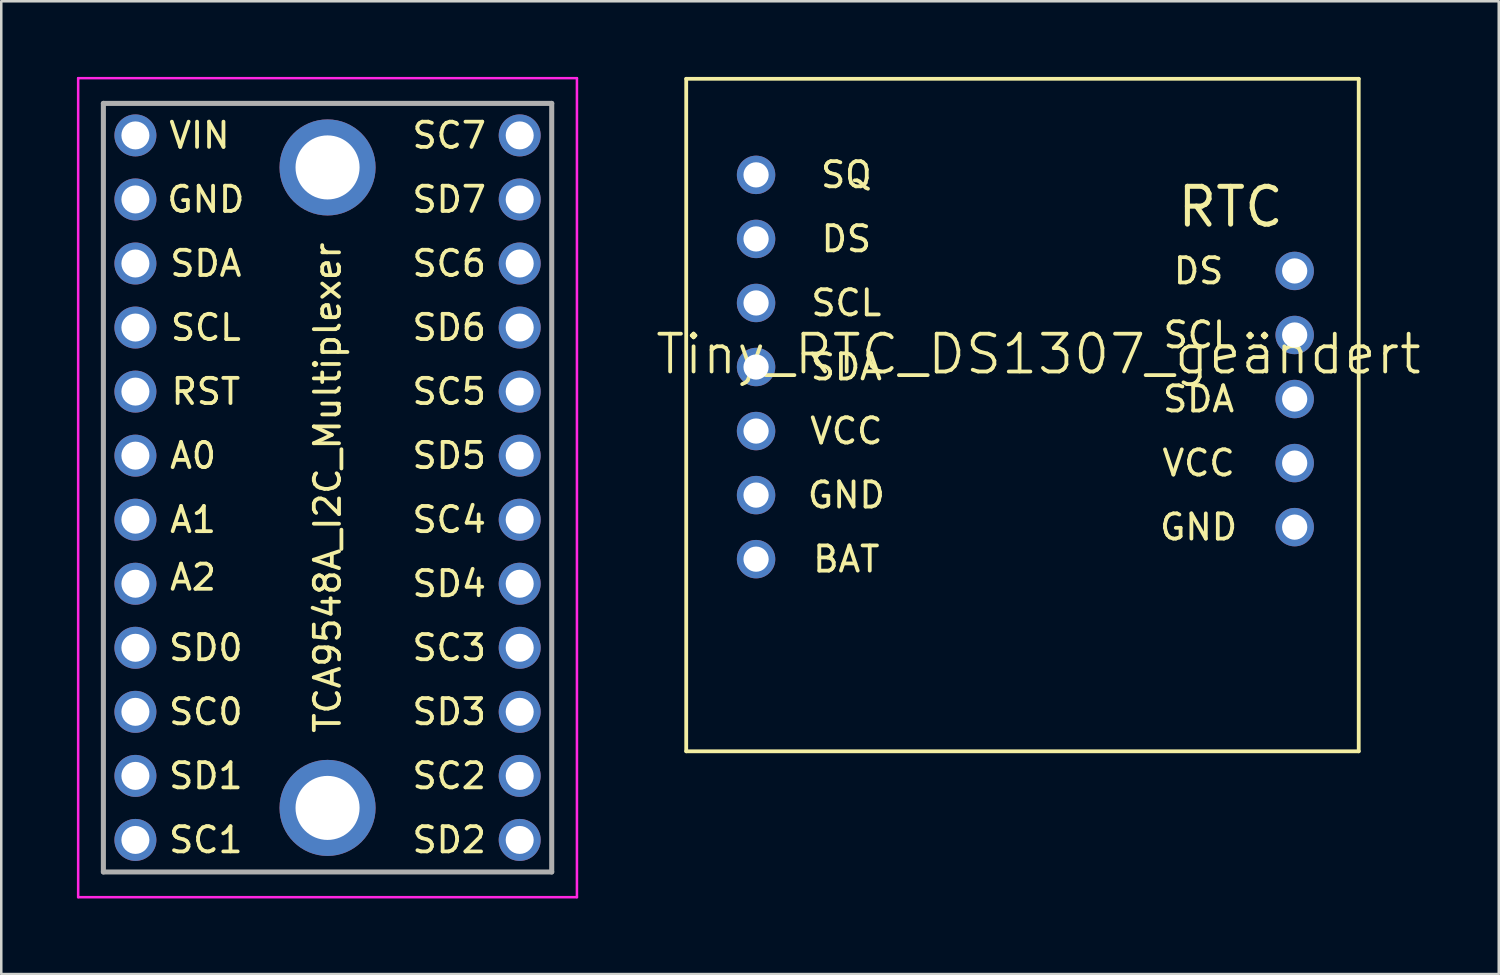
<source format=kicad_pcb>
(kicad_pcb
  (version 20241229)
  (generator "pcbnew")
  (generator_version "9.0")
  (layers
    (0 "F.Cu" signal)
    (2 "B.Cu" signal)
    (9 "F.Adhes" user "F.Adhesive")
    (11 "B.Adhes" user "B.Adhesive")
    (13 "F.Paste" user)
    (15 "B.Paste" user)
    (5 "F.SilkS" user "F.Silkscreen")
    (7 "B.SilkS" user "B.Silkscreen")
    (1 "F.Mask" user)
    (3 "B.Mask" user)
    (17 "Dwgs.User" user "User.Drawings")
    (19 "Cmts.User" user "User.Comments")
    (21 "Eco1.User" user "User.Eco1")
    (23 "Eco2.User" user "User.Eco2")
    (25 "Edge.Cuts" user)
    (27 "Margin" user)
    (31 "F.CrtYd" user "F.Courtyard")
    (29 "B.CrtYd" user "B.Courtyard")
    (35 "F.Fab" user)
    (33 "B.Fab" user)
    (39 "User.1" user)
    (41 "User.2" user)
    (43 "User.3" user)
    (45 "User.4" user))
  (footprint "Tiny_RTC_DS1307_geändert"
    (layer "F.Cu")
    (at 38.134 15.315)
    (property "Reference" "Tiny_RTC_DS1307_geändert" (at 0 -4.318 0) (layer "F.SilkS") (effects (font (size 1.5 1.5) (thickness 0.15))))
    (fp_line (start -13.97 -15.24) (end 12.7 -15.24) (stroke (width 0.15) (type solid)) (layer "F.SilkS"))
    (fp_line (start -13.97 11.43) (end -13.97 -15.24) (stroke (width 0.15) (type solid)) (layer "F.SilkS"))
    (fp_line (start 12.7 -15.24) (end 12.7 11.43) (stroke (width 0.15) (type solid)) (layer "F.SilkS"))
    (fp_line (start 12.7 11.43) (end -13.97 11.43) (stroke (width 0.15) (type solid)) (layer "F.SilkS"))
    (fp_text user "RTC" (at 7.62 -10.16 0) (layer "F.SilkS") (effects (font (size 1.5 1.5) (thickness 0.2))))
    (fp_text user "SQ" (at -7.62 -11.43 0) (layer "F.SilkS") (effects (font (size 1 1) (thickness 0.15))))
    (fp_text user "VCC" (at 6.35 0 0) (layer "F.SilkS") (effects (font (size 1 1) (thickness 0.15))))
    (fp_text user "BAT" (at -7.62 3.81 0) (layer "F.SilkS") (effects (font (size 1 1) (thickness 0.15))))
    (fp_text user "GND" (at 6.35 2.54 0) (layer "F.SilkS") (effects (font (size 1 1) (thickness 0.15))))
    (fp_text user "GND" (at -7.62 1.27 0) (layer "F.SilkS") (effects (font (size 1 1) (thickness 0.15))))
    (fp_text user "VCC" (at -7.62 -1.27 0) (layer "F.SilkS") (effects (font (size 1 1) (thickness 0.15))))
    (fp_text user "SDA" (at -7.62 -3.81 0) (layer "F.SilkS") (effects (font (size 1 1) (thickness 0.15))))
    (fp_text user "SDA" (at 6.35 -2.54 0) (layer "F.SilkS") (effects (font (size 1 1) (thickness 0.15))))
    (fp_text user "SCL" (at -7.62 -6.35 0) (layer "F.SilkS") (effects (font (size 1 1) (thickness 0.15))))
    (fp_text user "SCL" (at 6.35 -5.08 0) (layer "F.SilkS") (effects (font (size 1 1) (thickness 0.15))))
    (fp_text user "DS" (at 6.35 -7.62 0) (layer "F.SilkS") (effects (font (size 1 1) (thickness 0.15))))
    (fp_text user "DS" (at -7.62 -8.89 0) (layer "F.SilkS") (effects (font (size 1 1) (thickness 0.15))))
    (pad "1" thru_hole circle (at -11.2 3.81) (size 1.524 1.524) (drill 1) (layers "*.Cu" "*.Mask"))
    (pad "2" thru_hole circle (at -11.2 1.27) (size 1.524 1.524) (drill 1) (layers "*.Cu" "*.Mask"))
    (pad "3" thru_hole circle (at -11.2 -1.27) (size 1.524 1.524) (drill 1) (layers "*.Cu" "*.Mask"))
    (pad "4" thru_hole circle (at -11.2 -3.81) (size 1.524 1.524) (drill 1) (layers "*.Cu" "*.Mask"))
    (pad "5" thru_hole circle (at -11.2 -6.35) (size 1.524 1.524) (drill 1) (layers "*.Cu" "*.Mask"))
    (pad "6" thru_hole circle (at -11.2 -8.89) (size 1.524 1.524) (drill 1) (layers "*.Cu" "*.Mask"))
    (pad "7" thru_hole circle (at -11.2 -11.43) (size 1.524 1.524) (drill 1) (layers "*.Cu" "*.Mask"))
    (pad "8" thru_hole circle (at 10.16 2.54) (size 1.524 1.524) (drill 1) (layers "*.Cu" "*.Mask"))
    (pad "9" thru_hole circle (at 10.16 0) (size 1.524 1.524) (drill 1) (layers "*.Cu" "*.Mask"))
    (pad "10" thru_hole circle (at 10.16 -2.54) (size 1.524 1.524) (drill 1) (layers "*.Cu" "*.Mask"))
    (pad "11" thru_hole circle (at 10.16 -5.08) (size 1.524 1.524) (drill 1) (layers "*.Cu" "*.Mask"))
    (pad "12" thru_hole circle (at 10.16 -7.62) (size 1.524 1.524) (drill 1) (layers "*.Cu" "*.Mask")))
  (footprint "TCA9548A_I2C_Multiplexer"
    (layer "F.Cu")
    (at 9.94 16.29)
    (property "Reference" "TCA9548A_I2C_Multiplexer" (at 0 0 90) (layer "F.SilkS") (effects (font (size 1 1) (thickness 0.15))))
    (fp_line (start -8.89 -15.24) (end 8.89 -15.24) (stroke (width 0.1) (type solid)) (layer "F.SilkS"))
    (fp_line (start -8.89 15.24) (end -8.89 -15.24) (stroke (width 0.1) (type solid)) (layer "F.SilkS"))
    (fp_line (start 8.89 -15.24) (end 8.89 15.24) (stroke (width 0.1) (type solid)) (layer "F.SilkS"))
    (fp_line (start 8.89 15.24) (end -8.89 15.24) (stroke (width 0.1) (type solid)) (layer "F.SilkS"))
    (fp_line (start -9.89 -16.24) (end 9.89 -16.24) (stroke (width 0.1) (type solid)) (layer "F.CrtYd"))
    (fp_line (start -9.89 16.24) (end -9.89 -16.24) (stroke (width 0.1) (type solid)) (layer "F.CrtYd"))
    (fp_line (start 9.89 -16.24) (end 9.89 16.24) (stroke (width 0.1) (type solid)) (layer "F.CrtYd"))
    (fp_line (start 9.89 16.24) (end -9.89 16.24) (stroke (width 0.1) (type solid)) (layer "F.CrtYd"))
    (fp_line (start -8.89 -15.24) (end 8.89 -15.24) (stroke (width 0.2) (type solid)) (layer "F.Fab"))
    (fp_line (start -8.89 15.24) (end -8.89 -15.24) (stroke (width 0.2) (type solid)) (layer "F.Fab"))
    (fp_line (start 8.89 -15.24) (end 8.89 15.24) (stroke (width 0.2) (type solid)) (layer "F.Fab"))
    (fp_line (start 8.89 15.24) (end -8.89 15.24) (stroke (width 0.2) (type solid)) (layer "F.Fab"))
    (fp_text user "SDA" (at -4.826 -8.89 0) (layer "F.SilkS") (effects (font (size 1 1) (thickness 0.15))))
    (fp_text user "SD5" (at 4.826 -1.27 0) (layer "F.SilkS") (effects (font (size 1 1) (thickness 0.15))))
    (fp_text user "SCL" (at -4.826 -6.35 0) (layer "F.SilkS") (effects (font (size 1 1) (thickness 0.15))))
    (fp_text user "A0" (at -5.334 -1.27 0) (layer "F.SilkS") (effects (font (size 1 1) (thickness 0.15))))
    (fp_text user "SD7" (at 4.826 -11.43 0) (layer "F.SilkS") (effects (font (size 1 1) (thickness 0.15))))
    (fp_text user "SC6" (at 4.826 -8.89 0) (layer "F.SilkS") (effects (font (size 1 1) (thickness 0.15))))
    (fp_text user "VIN" (at -5.08 -13.97 0) (layer "F.SilkS") (effects (font (size 1 1) (thickness 0.15))))
    (fp_text user "SC1" (at -4.826 13.97 0) (layer "F.SilkS") (effects (font (size 1 1) (thickness 0.15))))
    (fp_text user "A2" (at -5.334 3.556 0) (layer "F.SilkS") (effects (font (size 1 1) (thickness 0.15))))
    (fp_text user "SD4" (at 4.826 3.81 0) (layer "F.SilkS") (effects (font (size 1 1) (thickness 0.15))))
    (fp_text user "SD3" (at 4.826 8.89 0) (layer "F.SilkS") (effects (font (size 1 1) (thickness 0.15))))
    (fp_text user "SC4" (at 4.826 1.27 0) (layer "F.SilkS") (effects (font (size 1 1) (thickness 0.15))))
    (fp_text user "RST" (at -4.826 -3.81 0) (layer "F.SilkS") (effects (font (size 1 1) (thickness 0.15))))
    (fp_text user "SD2" (at 4.826 13.97 0) (layer "F.SilkS") (effects (font (size 1 1) (thickness 0.15))))
    (fp_text user "GND" (at -4.826 -11.43 0) (layer "F.SilkS") (effects (font (size 1 1) (thickness 0.15))))
    (fp_text user "SD0" (at -4.826 6.35 0) (layer "F.SilkS") (effects (font (size 1 1) (thickness 0.15))))
    (fp_text user "SC7" (at 4.826 -13.97 0) (layer "F.SilkS") (effects (font (size 1 1) (thickness 0.15))))
    (fp_text user "SC5" (at 4.826 -3.81 0) (layer "F.SilkS") (effects (font (size 1 1) (thickness 0.15))))
    (fp_text user "SD6" (at 4.826 -6.35 0) (layer "F.SilkS") (effects (font (size 1 1) (thickness 0.15))))
    (fp_text user "SC0" (at -4.826 8.89 0) (layer "F.SilkS") (effects (font (size 1 1) (thickness 0.15))))
    (fp_text user "SC3" (at 4.826 6.35 0) (layer "F.SilkS") (effects (font (size 1 1) (thickness 0.15))))
    (fp_text user "A1" (at -5.334 1.27 0) (layer "F.SilkS") (effects (font (size 1 1) (thickness 0.15))))
    (fp_text user "SC2" (at 4.826 11.43 0) (layer "F.SilkS") (effects (font (size 1 1) (thickness 0.15))))
    (fp_text user "SD1" (at -4.826 11.43 0) (layer "F.SilkS") (effects (font (size 1 1) (thickness 0.15))))
    (pad "1" thru_hole circle (at -7.62 -13.97) (size 1.665 1.665) (drill 1.11) (layers "*.Cu" "*.Mask"))
    (pad "2" thru_hole circle (at -7.62 -11.43) (size 1.665 1.665) (drill 1.11) (layers "*.Cu" "*.Mask"))
    (pad "3" thru_hole circle (at -7.62 -8.89) (size 1.665 1.665) (drill 1.11) (layers "*.Cu" "*.Mask"))
    (pad "4" thru_hole circle (at -7.62 -6.35) (size 1.665 1.665) (drill 1.11) (layers "*.Cu" "*.Mask"))
    (pad "5" thru_hole circle (at -7.62 -3.81) (size 1.665 1.665) (drill 1.11) (layers "*.Cu" "*.Mask"))
    (pad "6" thru_hole circle (at -7.62 -1.27) (size 1.665 1.665) (drill 1.11) (layers "*.Cu" "*.Mask"))
    (pad "7" thru_hole circle (at -7.62 1.27) (size 1.665 1.665) (drill 1.11) (layers "*.Cu" "*.Mask"))
    (pad "8" thru_hole circle (at -7.62 3.81) (size 1.665 1.665) (drill 1.11) (layers "*.Cu" "*.Mask"))
    (pad "9" thru_hole circle (at -7.62 6.35) (size 1.665 1.665) (drill 1.11) (layers "*.Cu" "*.Mask"))
    (pad "10" thru_hole circle (at -7.62 8.89) (size 1.665 1.665) (drill 1.11) (layers "*.Cu" "*.Mask"))
    (pad "11" thru_hole circle (at -7.62 11.43) (size 1.665 1.665) (drill 1.11) (layers "*.Cu" "*.Mask"))
    (pad "12" thru_hole circle (at -7.62 13.97) (size 1.665 1.665) (drill 1.11) (layers "*.Cu" "*.Mask"))
    (pad "13" thru_hole circle (at 7.62 13.97) (size 1.665 1.665) (drill 1.11) (layers "*.Cu" "*.Mask"))
    (pad "14" thru_hole circle (at 7.62 11.43) (size 1.665 1.665) (drill 1.11) (layers "*.Cu" "*.Mask"))
    (pad "15" thru_hole circle (at 7.62 8.89) (size 1.665 1.665) (drill 1.11) (layers "*.Cu" "*.Mask"))
    (pad "16" thru_hole circle (at 7.62 6.35) (size 1.665 1.665) (drill 1.11) (layers "*.Cu" "*.Mask"))
    (pad "17" thru_hole circle (at 7.62 3.81) (size 1.665 1.665) (drill 1.11) (layers "*.Cu" "*.Mask"))
    (pad "18" thru_hole circle (at 7.62 1.27) (size 1.665 1.665) (drill 1.11) (layers "*.Cu" "*.Mask"))
    (pad "19" thru_hole circle (at 7.62 -1.27) (size 1.665 1.665) (drill 1.11) (layers "*.Cu" "*.Mask"))
    (pad "20" thru_hole circle (at 7.62 -3.81) (size 1.665 1.665) (drill 1.11) (layers "*.Cu" "*.Mask"))
    (pad "21" thru_hole circle (at 7.62 -6.35) (size 1.665 1.665) (drill 1.11) (layers "*.Cu" "*.Mask"))
    (pad "22" thru_hole circle (at 7.62 -8.89) (size 1.665 1.665) (drill 1.11) (layers "*.Cu" "*.Mask"))
    (pad "23" thru_hole circle (at 7.62 -11.43) (size 1.665 1.665) (drill 1.11) (layers "*.Cu" "*.Mask"))
    (pad "24" thru_hole circle (at 7.62 -13.97) (size 1.665 1.665) (drill 1.11) (layers "*.Cu" "*.Mask"))
    (pad "25" thru_hole circle (at 0 -12.7) (size 3.81 3.81) (drill 2.54) (layers "*.Cu" "*.Mask"))
    (pad "26" thru_hole circle (at 0 12.7) (size 3.81 3.81) (drill 2.54) (layers "*.Cu" "*.Mask")))
  (gr_rect
    (start -3 -3)
    (end 56.387 35.58)
    (stroke (width 0.1) (type default))
    (fill no)
    (layer "Edge.Cuts")))
</source>
